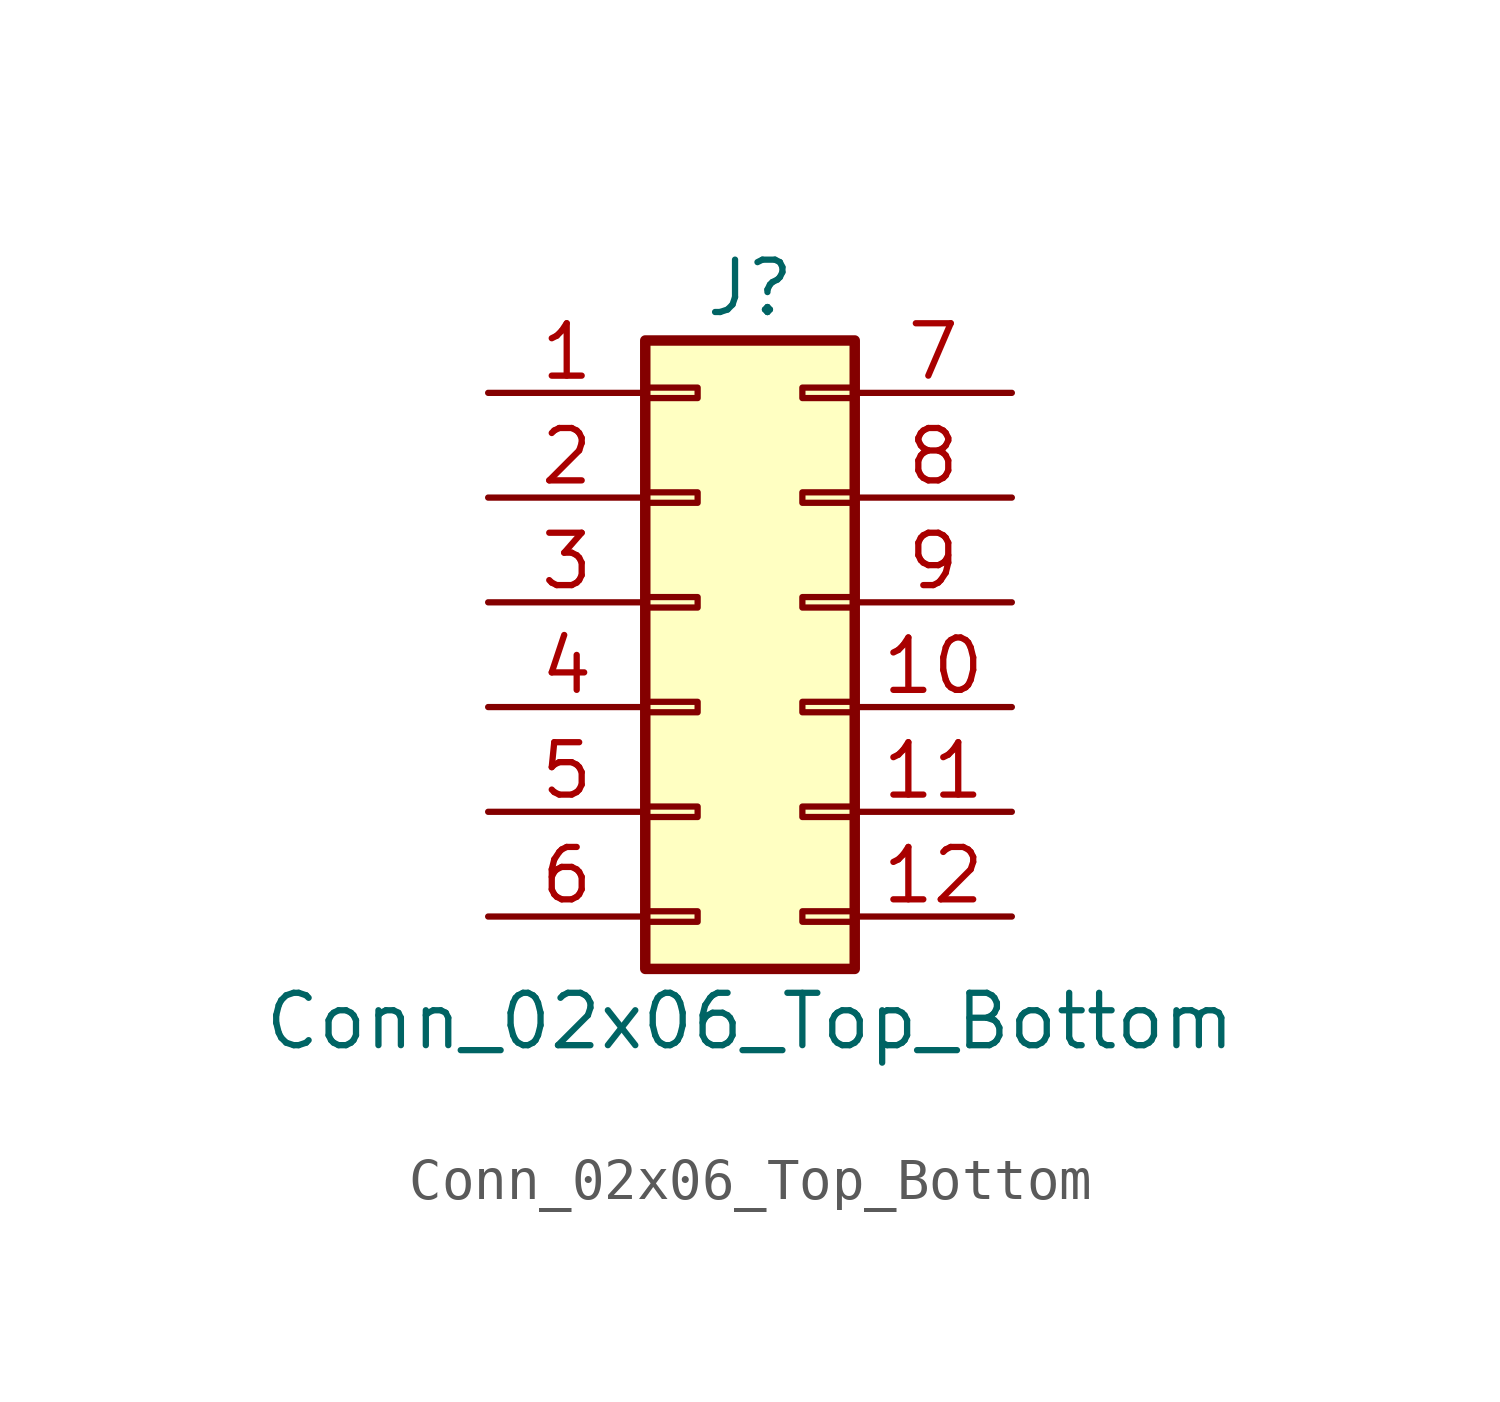
<source format=kicad_sym>
(kicad_symbol_lib
  (version 20241209)
  (generator "kicad_symbol_editor")
  (generator_version "9.0")
  (symbol "Conn_02x06_Top_Bottom"
    (pin_names
      (offset 1.016)
      (hide yes))
    (property "Reference" "J"
      (at 1.27 7.62 0)
      (effects (font (size 1.27 1.27))))
    (property "Value" "Conn_02x06_Top_Bottom"
      (at 1.27 -10.16 0)
      (effects (font (size 1.27 1.27))))
    (symbol "Conn_02x06_Top_Bottom_1_1"
      (rectangle (start -1.27 6.35) (end 3.81 -8.89) (stroke (width 0.254) (type default)) (fill (type background)))
      (rectangle (start -1.27 5.207) (end 0 4.953) (stroke (width 0.152) (type default)) (fill (type none)))
      (rectangle (start -1.27 2.667) (end 0 2.413) (stroke (width 0.152) (type default)) (fill (type none)))
      (rectangle (start -1.27 0.127) (end 0 -0.127) (stroke (width 0.152) (type default)) (fill (type none)))
      (rectangle (start -1.27 -2.413) (end 0 -2.667) (stroke (width 0.152) (type default)) (fill (type none)))
      (rectangle (start -1.27 -4.953) (end 0 -5.207) (stroke (width 0.152) (type default)) (fill (type none)))
      (rectangle (start -1.27 -7.493) (end 0 -7.747) (stroke (width 0.152) (type default)) (fill (type none)))
      (rectangle (start 3.81 5.207) (end 2.54 4.953) (stroke (width 0.152) (type default)) (fill (type none)))
      (rectangle (start 3.81 2.667) (end 2.54 2.413) (stroke (width 0.152) (type default)) (fill (type none)))
      (rectangle (start 3.81 0.127) (end 2.54 -0.127) (stroke (width 0.152) (type default)) (fill (type none)))
      (rectangle (start 3.81 -2.413) (end 2.54 -2.667) (stroke (width 0.152) (type default)) (fill (type none)))
      (rectangle (start 3.81 -4.953) (end 2.54 -5.207) (stroke (width 0.152) (type default)) (fill (type none)))
      (rectangle (start 3.81 -7.493) (end 2.54 -7.747) (stroke (width 0.152) (type default)) (fill (type none)))
      (pin passive line (at -5.08 5.08 0) (length 3.81) (name "Pin_1" (effects (font (size 1.27 1.27)))) (number "1" (effects (font (size 1.27 1.27)))))
      (pin passive line (at -5.08 2.54 0) (length 3.81) (name "Pin_2" (effects (font (size 1.27 1.27)))) (number "2" (effects (font (size 1.27 1.27)))))
      (pin passive line (at -5.08 0 0) (length 3.81) (name "Pin_3" (effects (font (size 1.27 1.27)))) (number "3" (effects (font (size 1.27 1.27)))))
      (pin passive line (at -5.08 -2.54 0) (length 3.81) (name "Pin_4" (effects (font (size 1.27 1.27)))) (number "4" (effects (font (size 1.27 1.27)))))
      (pin passive line (at -5.08 -5.08 0) (length 3.81) (name "Pin_5" (effects (font (size 1.27 1.27)))) (number "5" (effects (font (size 1.27 1.27)))))
      (pin passive line (at -5.08 -7.62 0) (length 3.81) (name "Pin_6" (effects (font (size 1.27 1.27)))) (number "6" (effects (font (size 1.27 1.27)))))
      (pin passive line (at 7.62 5.08 180) (length 3.81) (name "Pin_7" (effects (font (size 1.27 1.27)))) (number "7" (effects (font (size 1.27 1.27)))))
      (pin passive line (at 7.62 2.54 180) (length 3.81) (name "Pin_8" (effects (font (size 1.27 1.27)))) (number "8" (effects (font (size 1.27 1.27)))))
      (pin passive line (at 7.62 0 180) (length 3.81) (name "Pin_9" (effects (font (size 1.27 1.27)))) (number "9" (effects (font (size 1.27 1.27)))))
      (pin passive line (at 7.62 -2.54 180) (length 3.81) (name "Pin_10" (effects (font (size 1.27 1.27)))) (number "10" (effects (font (size 1.27 1.27)))))
      (pin passive line (at 7.62 -5.08 180) (length 3.81) (name "Pin_11" (effects (font (size 1.27 1.27)))) (number "11" (effects (font (size 1.27 1.27)))))
      (pin passive line (at 7.62 -7.62 180) (length 3.81) (name "Pin_12" (effects (font (size 1.27 1.27)))) (number "12" (effects (font (size 1.27 1.27))))))))
</source>
